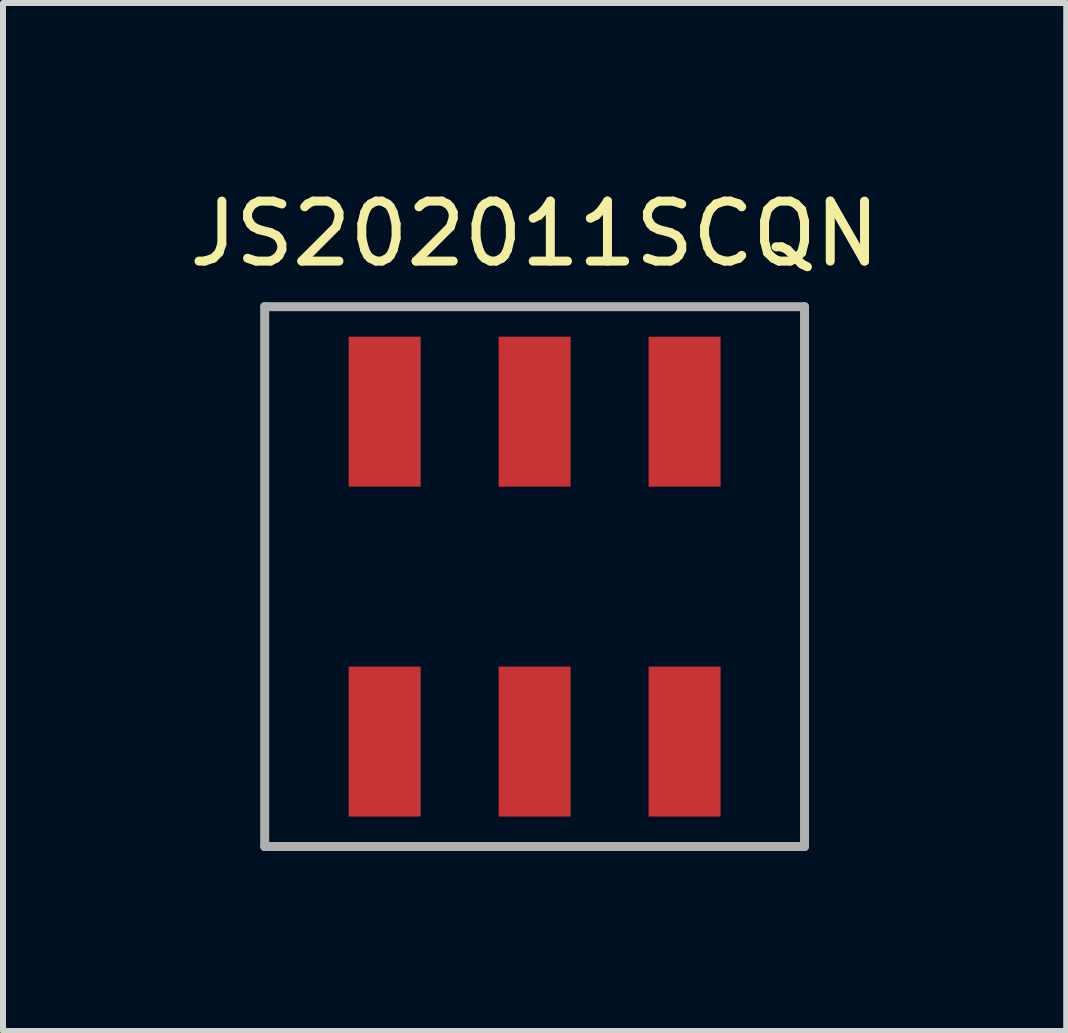
<source format=kicad_pcb>
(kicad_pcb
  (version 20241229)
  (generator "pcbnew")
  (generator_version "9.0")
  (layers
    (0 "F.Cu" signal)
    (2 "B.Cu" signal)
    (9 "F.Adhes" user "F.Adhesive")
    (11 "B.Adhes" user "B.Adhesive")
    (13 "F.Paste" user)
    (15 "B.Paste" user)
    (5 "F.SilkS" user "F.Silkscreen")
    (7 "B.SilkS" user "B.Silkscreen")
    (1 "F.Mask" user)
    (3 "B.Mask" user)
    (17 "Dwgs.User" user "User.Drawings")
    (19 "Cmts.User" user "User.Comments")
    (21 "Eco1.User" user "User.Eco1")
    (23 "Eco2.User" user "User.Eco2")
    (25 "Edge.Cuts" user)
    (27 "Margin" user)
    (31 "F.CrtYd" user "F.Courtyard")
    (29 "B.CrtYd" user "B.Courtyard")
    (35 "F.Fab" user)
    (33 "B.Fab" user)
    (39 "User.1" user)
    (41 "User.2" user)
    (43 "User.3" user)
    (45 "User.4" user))
  (footprint "JS202011SCQN"
    (layer "F.Cu")
    (at 5.863 6.563)
    (property "Reference" "JS202011SCQN" (at 0 -5.715 0) (layer "F.SilkS") (effects (font (size 1 1) (thickness 0.15))))
    (attr through_hole)
    (fp_line (start -4.5 -4.5) (end 4.5 -4.5) (stroke (width 0.15) (type solid)) (layer "F.Fab"))
    (fp_line (start -4.5 4.5) (end -4.5 -4.5) (stroke (width 0.15) (type solid)) (layer "F.Fab"))
    (fp_line (start 4.5 -4.5) (end 4.5 4.5) (stroke (width 0.15) (type solid)) (layer "F.Fab"))
    (fp_line (start 4.5 4.5) (end -4.5 4.5) (stroke (width 0.15) (type solid)) (layer "F.Fab"))
    (pad "1" smd rect (at -2.5 2.75) (size 1.2 2.5) (layers "F.Cu" "F.Mask" "F.Paste"))
    (pad "2" smd rect (at 0 2.75) (size 1.2 2.5) (layers "F.Cu" "F.Mask" "F.Paste"))
    (pad "3" smd rect (at 2.5 2.75) (size 1.2 2.5) (layers "F.Cu" "F.Mask" "F.Paste"))
    (pad "4" smd rect (at -2.5 -2.75) (size 1.2 2.5) (layers "F.Cu" "F.Mask" "F.Paste"))
    (pad "5" smd rect (at 0 -2.75) (size 1.2 2.5) (layers "F.Cu" "F.Mask" "F.Paste"))
    (pad "6" smd rect (at 2.5 -2.75) (size 1.2 2.5) (layers "F.Cu" "F.Mask" "F.Paste")))
  (gr_rect
    (start -3 -3)
    (end 14.726 14.138)
    (stroke (width 0.1) (type default))
    (fill no)
    (layer "Edge.Cuts")))
</source>
